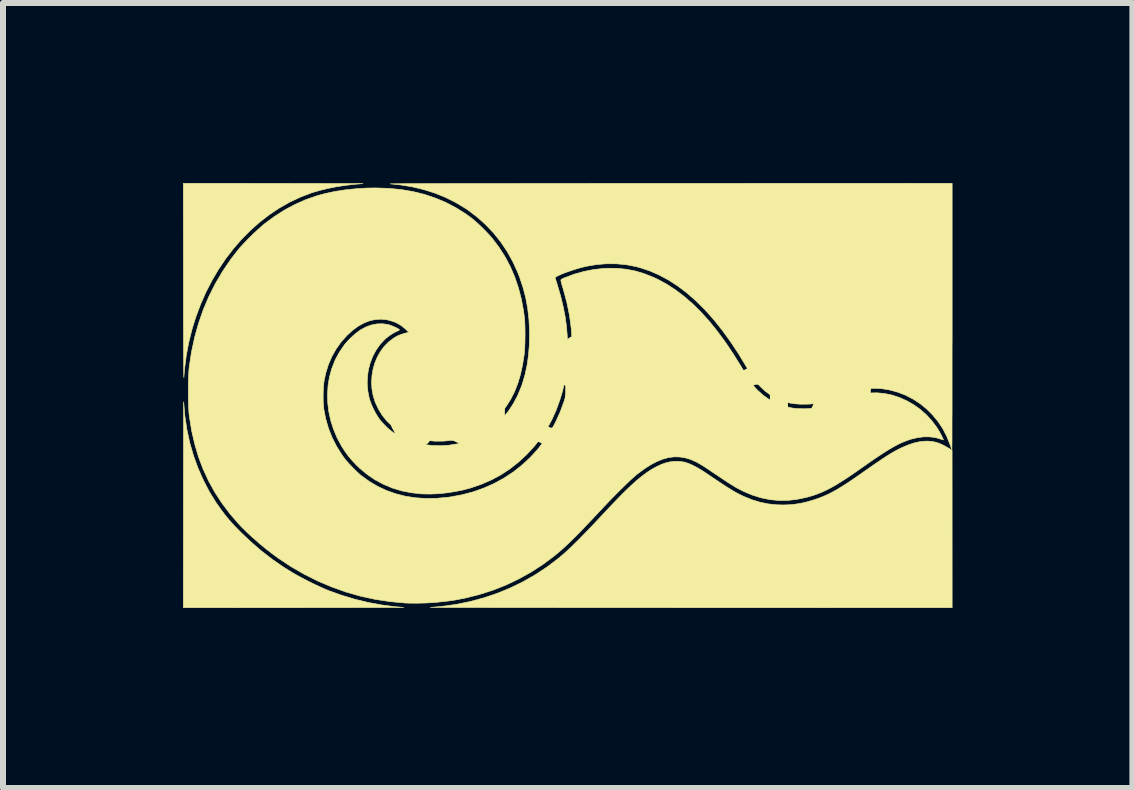
<source format=kicad_pcb>
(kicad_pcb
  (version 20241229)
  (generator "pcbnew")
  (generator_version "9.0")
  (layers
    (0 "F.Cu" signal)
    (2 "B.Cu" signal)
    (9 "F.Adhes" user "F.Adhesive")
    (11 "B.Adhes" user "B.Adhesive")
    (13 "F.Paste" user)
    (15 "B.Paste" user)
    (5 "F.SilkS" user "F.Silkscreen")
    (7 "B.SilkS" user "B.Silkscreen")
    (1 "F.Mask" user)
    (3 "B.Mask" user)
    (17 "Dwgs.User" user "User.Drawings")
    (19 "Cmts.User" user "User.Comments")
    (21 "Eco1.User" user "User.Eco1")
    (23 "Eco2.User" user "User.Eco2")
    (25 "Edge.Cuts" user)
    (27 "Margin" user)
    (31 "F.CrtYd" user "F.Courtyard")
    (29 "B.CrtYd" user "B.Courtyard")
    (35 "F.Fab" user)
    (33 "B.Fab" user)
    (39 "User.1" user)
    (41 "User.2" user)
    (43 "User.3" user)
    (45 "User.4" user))
  (footprint "hitodama"
    (layer "F.Cu")
    (at 6.411 3.537)
    (property "Reference" "hitodama" (at 0 0 0) (layer "F.SilkS") (effects (font (size 1.524 1.524) (thickness 0.3))))
    (attr through_hole)
    (fp_poly (pts (xy -4.888 -3.531) (xy -4.734 -3.531) (xy -4.586 -3.53) (xy -4.442 -3.53) (xy -4.306 -3.53) (xy -4.175 -3.53) (xy -4.053 -3.529) (xy -3.939 -3.529) (xy -3.834 -3.529) (xy -3.739 -3.529) (xy -3.655 -3.528) (xy -3.582 -3.528) (xy -3.521 -3.528) (xy -3.473 -3.528) (xy -3.438 -3.527) (xy -3.418 -3.527) (xy -3.413 -3.527) (xy -3.413 -3.527) (xy -3.562 -3.515) (xy -3.712 -3.497) (xy -3.861 -3.474) (xy -4.005 -3.445) (xy -4.14 -3.412) (xy -4.263 -3.376) (xy -4.274 -3.372) (xy -4.459 -3.301) (xy -4.639 -3.216) (xy -4.812 -3.117) (xy -4.979 -3.005) (xy -5.139 -2.881) (xy -5.292 -2.745) (xy -5.437 -2.598) (xy -5.574 -2.44) (xy -5.702 -2.273) (xy -5.82 -2.097) (xy -5.929 -1.912) (xy -6.029 -1.719) (xy -6.117 -1.519) (xy -6.195 -1.312) (xy -6.261 -1.1) (xy -6.315 -0.883) (xy -6.357 -0.661) (xy -6.386 -0.435) (xy -6.397 -0.298) (xy -6.397 -0.295) (xy -6.398 -0.307) (xy -6.399 -0.334) (xy -6.399 -0.376) (xy -6.4 -0.431) (xy -6.401 -0.498) (xy -6.401 -0.579) (xy -6.402 -0.671) (xy -6.402 -0.774) (xy -6.403 -0.888) (xy -6.403 -1.012) (xy -6.403 -1.146) (xy -6.404 -1.289) (xy -6.404 -1.44) (xy -6.404 -1.599) (xy -6.404 -1.765) (xy -6.404 -1.863) (xy -6.406 -3.532) (xy -4.888 -3.531)) (stroke (width 0.01) (type solid)) (fill yes) (layer "F.SilkS"))
    (fp_poly (pts (xy -6.4 0.111) (xy -6.381 0.342) (xy -6.347 0.569) (xy -6.299 0.79) (xy -6.237 1.006) (xy -6.161 1.215) (xy -6.072 1.416) (xy -5.971 1.61) (xy -5.856 1.795) (xy -5.778 1.905) (xy -5.729 1.97) (xy -5.683 2.029) (xy -5.638 2.083) (xy -5.591 2.136) (xy -5.539 2.191) (xy -5.479 2.252) (xy -5.446 2.286) (xy -5.276 2.447) (xy -5.105 2.594) (xy -4.928 2.731) (xy -4.743 2.859) (xy -4.598 2.95) (xy -4.538 2.985) (xy -4.467 3.024) (xy -4.388 3.066) (xy -4.306 3.108) (xy -4.222 3.149) (xy -4.141 3.187) (xy -4.066 3.221) (xy -4 3.249) (xy -3.981 3.257) (xy -3.768 3.333) (xy -3.548 3.399) (xy -3.326 3.453) (xy -3.102 3.494) (xy -2.882 3.523) (xy -2.731 3.535) (xy -2.734 3.535) (xy -2.753 3.535) (xy -2.787 3.535) (xy -2.834 3.536) (xy -2.895 3.536) (xy -2.968 3.536) (xy -3.053 3.536) (xy -3.149 3.537) (xy -3.255 3.537) (xy -3.372 3.537) (xy -3.497 3.537) (xy -3.631 3.538) (xy -3.773 3.538) (xy -3.922 3.538) (xy -4.077 3.538) (xy -4.239 3.538) (xy -4.405 3.539) (xy -4.546 3.539) (xy -6.406 3.54) (xy -6.404 1.804) (xy -6.404 1.64) (xy -6.404 1.48) (xy -6.404 1.326) (xy -6.403 1.177) (xy -6.403 1.036) (xy -6.403 0.902) (xy -6.403 0.775) (xy -6.403 0.658) (xy -6.402 0.55) (xy -6.402 0.452) (xy -6.402 0.365) (xy -6.402 0.29) (xy -6.401 0.227) (xy -6.401 0.177) (xy -6.401 0.14) (xy -6.401 0.118) (xy -6.4 0.111) (xy -6.4 0.111)) (stroke (width 0.01) (type solid)) (fill yes) (layer "F.SilkS"))
    (fp_poly (pts (xy 6.013 0.765) (xy 6.074 0.771) (xy 6.131 0.782) (xy 6.185 0.799) (xy 6.241 0.823) (xy 6.304 0.857) (xy 6.336 0.875) (xy 6.405 0.917) (xy 6.406 3.54) (xy 2.034 3.539) (xy 1.772 3.539) (xy 1.514 3.538) (xy 1.26 3.538) (xy 1.011 3.538) (xy 0.768 3.538) (xy 0.531 3.538) (xy 0.3 3.538) (xy 0.077 3.538) (xy -0.14 3.538) (xy -0.349 3.537) (xy -0.55 3.537) (xy -0.742 3.537) (xy -0.925 3.537) (xy -1.099 3.537) (xy -1.263 3.537) (xy -1.416 3.536) (xy -1.559 3.536) (xy -1.69 3.536) (xy -1.81 3.536) (xy -1.917 3.536) (xy -2.012 3.536) (xy -2.093 3.536) (xy -2.161 3.535) (xy -2.216 3.535) (xy -2.255 3.535) (xy -2.28 3.535) (xy -2.29 3.535) (xy -2.29 3.535) (xy -2.228 3.53) (xy -2.155 3.524) (xy -2.076 3.515) (xy -1.994 3.505) (xy -1.916 3.493) (xy -1.86 3.485) (xy -1.626 3.437) (xy -1.396 3.375) (xy -1.171 3.299) (xy -0.952 3.209) (xy -0.74 3.105) (xy -0.536 2.988) (xy -0.341 2.859) (xy -0.186 2.742) (xy -0.138 2.703) (xy -0.091 2.664) (xy -0.043 2.622) (xy 0.007 2.577) (xy 0.059 2.528) (xy 0.114 2.474) (xy 0.175 2.414) (xy 0.24 2.348) (xy 0.312 2.273) (xy 0.392 2.191) (xy 0.479 2.098) (xy 0.576 1.995) (xy 0.627 1.941) (xy 0.732 1.829) (xy 0.828 1.729) (xy 0.916 1.639) (xy 0.997 1.56) (xy 1.072 1.489) (xy 1.141 1.427) (xy 1.206 1.373) (xy 1.267 1.325) (xy 1.326 1.282) (xy 1.383 1.245) (xy 1.439 1.212) (xy 1.486 1.187) (xy 1.564 1.151) (xy 1.635 1.126) (xy 1.703 1.11) (xy 1.772 1.102) (xy 1.814 1.101) (xy 1.866 1.103) (xy 1.916 1.109) (xy 1.949 1.115) (xy 2.004 1.133) (xy 2.069 1.16) (xy 2.139 1.196) (xy 2.214 1.239) (xy 2.29 1.287) (xy 2.294 1.29) (xy 2.388 1.354) (xy 2.471 1.41) (xy 2.543 1.458) (xy 2.606 1.499) (xy 2.661 1.535) (xy 2.71 1.565) (xy 2.753 1.592) (xy 2.793 1.615) (xy 2.83 1.635) (xy 2.866 1.653) (xy 2.902 1.671) (xy 2.939 1.688) (xy 2.941 1.689) (xy 3.075 1.743) (xy 3.207 1.783) (xy 3.339 1.81) (xy 3.474 1.825) (xy 3.588 1.828) (xy 3.693 1.825) (xy 3.793 1.815) (xy 3.891 1.799) (xy 3.993 1.775) (xy 4.103 1.742) (xy 4.104 1.742) (xy 4.17 1.72) (xy 4.233 1.696) (xy 4.295 1.67) (xy 4.358 1.641) (xy 4.423 1.607) (xy 4.491 1.569) (xy 4.564 1.524) (xy 4.644 1.473) (xy 4.732 1.415) (xy 4.829 1.348) (xy 4.929 1.278) (xy 5.025 1.211) (xy 5.109 1.152) (xy 5.183 1.102) (xy 5.248 1.058) (xy 5.307 1.019) (xy 5.359 0.986) (xy 5.407 0.957) (xy 5.452 0.932) (xy 5.494 0.909) (xy 5.537 0.887) (xy 5.558 0.877) (xy 5.673 0.828) (xy 5.781 0.792) (xy 5.882 0.771) (xy 5.976 0.764) (xy 6.013 0.765)) (stroke (width 0.01) (type solid)) (fill yes) (layer "F.SilkS"))
    (fp_poly (pts (xy 6.406 -1.314) (xy 6.406 -1.127) (xy 6.406 -0.945) (xy 6.405 -0.767) (xy 6.405 -0.595) (xy 6.405 -0.429) (xy 6.405 -0.269) (xy 6.405 -0.117) (xy 6.405 0.027) (xy 6.405 0.162) (xy 6.405 0.288) (xy 6.404 0.405) (xy 6.404 0.511) (xy 6.404 0.605) (xy 6.404 0.688) (xy 6.404 0.759) (xy 6.403 0.816) (xy 6.403 0.86) (xy 6.403 0.889) (xy 6.403 0.903) (xy 6.402 0.905) (xy 6.399 0.898) (xy 6.391 0.879) (xy 6.381 0.85) (xy 6.369 0.816) (xy 6.369 0.816) (xy 6.315 0.681) (xy 6.249 0.554) (xy 6.17 0.436) (xy 6.081 0.328) (xy 5.982 0.229) (xy 5.874 0.141) (xy 5.758 0.065) (xy 5.635 0.001) (xy 5.505 -0.05) (xy 5.371 -0.087) (xy 5.233 -0.11) (xy 5.151 -0.116) (xy 5.047 -0.116) (xy 4.949 -0.105) (xy 4.851 -0.083) (xy 4.752 -0.049) (xy 4.693 -0.025) (xy 4.555 0.033) (xy 4.424 0.078) (xy 4.296 0.111) (xy 4.169 0.134) (xy 4.04 0.146) (xy 3.996 0.148) (xy 3.888 0.149) (xy 3.792 0.143) (xy 3.705 0.13) (xy 3.622 0.109) (xy 3.54 0.079) (xy 3.481 0.053) (xy 3.382 -0.002) (xy 3.292 -0.068) (xy 3.208 -0.146) (xy 3.203 -0.152) (xy 3.171 -0.186) (xy 3.142 -0.221) (xy 3.113 -0.258) (xy 3.084 -0.301) (xy 3.052 -0.351) (xy 3.016 -0.411) (xy 2.984 -0.464) (xy 2.849 -0.688) (xy 2.711 -0.896) (xy 2.571 -1.089) (xy 2.429 -1.266) (xy 2.285 -1.427) (xy 2.138 -1.573) (xy 1.989 -1.703) (xy 1.838 -1.818) (xy 1.684 -1.918) (xy 1.528 -2.002) (xy 1.369 -2.072) (xy 1.207 -2.126) (xy 1.139 -2.144) (xy 0.979 -2.175) (xy 0.814 -2.191) (xy 0.647 -2.192) (xy 0.478 -2.178) (xy 0.308 -2.149) (xy 0.296 -2.146) (xy 0.241 -2.133) (xy 0.183 -2.117) (xy 0.123 -2.099) (xy 0.062 -2.079) (xy 0.003 -2.059) (xy -0.052 -2.039) (xy -0.102 -2.019) (xy -0.145 -2) (xy -0.178 -1.984) (xy -0.201 -1.97) (xy -0.211 -1.959) (xy -0.211 -1.956) (xy -0.202 -1.93) (xy -0.189 -1.891) (xy -0.174 -1.844) (xy -0.159 -1.791) (xy -0.143 -1.737) (xy -0.128 -1.686) (xy -0.115 -1.639) (xy -0.111 -1.623) (xy -0.073 -1.462) (xy -0.043 -1.309) (xy -0.022 -1.157) (xy -0.009 -1.003) (xy -0.002 -0.857) (xy -0.002 -0.686) (xy -0.01 -0.525) (xy -0.026 -0.372) (xy -0.051 -0.223) (xy -0.085 -0.076) (xy -0.129 0.071) (xy -0.192 0.246) (xy -0.265 0.408) (xy -0.348 0.561) (xy -0.444 0.706) (xy -0.552 0.844) (xy -0.675 0.977) (xy -0.686 0.989) (xy -0.822 1.115) (xy -0.963 1.226) (xy -1.112 1.324) (xy -1.269 1.409) (xy -1.435 1.481) (xy -1.611 1.542) (xy -1.613 1.543) (xy -1.74 1.577) (xy -1.875 1.604) (xy -2.014 1.626) (xy -2.152 1.64) (xy -2.286 1.646) (xy -2.412 1.644) (xy -2.441 1.643) (xy -2.609 1.624) (xy -2.77 1.592) (xy -2.924 1.545) (xy -3.07 1.484) (xy -3.209 1.41) (xy -3.34 1.321) (xy -3.463 1.219) (xy -3.521 1.164) (xy -3.594 1.086) (xy -3.658 1.01) (xy -3.715 0.931) (xy -3.771 0.843) (xy -3.844 0.707) (xy -3.903 0.566) (xy -3.949 0.423) (xy -3.981 0.276) (xy -3.999 0.13) (xy -4.003 -0.017) (xy -3.994 -0.162) (xy -3.971 -0.303) (xy -3.933 -0.441) (xy -3.882 -0.573) (xy -3.87 -0.599) (xy -3.81 -0.71) (xy -3.74 -0.813) (xy -3.662 -0.909) (xy -3.577 -0.993) (xy -3.489 -1.065) (xy -3.45 -1.091) (xy -3.363 -1.138) (xy -3.273 -1.171) (xy -3.181 -1.189) (xy -3.089 -1.192) (xy -2.998 -1.18) (xy -2.995 -1.179) (xy -2.967 -1.171) (xy -2.934 -1.159) (xy -2.899 -1.144) (xy -2.865 -1.129) (xy -2.835 -1.114) (xy -2.814 -1.101) (xy -2.804 -1.091) (xy -2.804 -1.091) (xy -2.81 -1.084) (xy -2.826 -1.075) (xy -2.84 -1.069) (xy -2.878 -1.052) (xy -2.924 -1.025) (xy -2.971 -0.994) (xy -3.017 -0.959) (xy -3.054 -0.926) (xy -3.131 -0.843) (xy -3.196 -0.749) (xy -3.25 -0.647) (xy -3.292 -0.539) (xy -3.322 -0.425) (xy -3.338 -0.308) (xy -3.342 -0.19) (xy -3.332 -0.072) (xy -3.309 0.044) (xy -3.292 0.099) (xy -3.269 0.16) (xy -3.239 0.226) (xy -3.205 0.292) (xy -3.17 0.351) (xy -3.142 0.393) (xy -3.101 0.444) (xy -3.052 0.496) (xy -3 0.547) (xy -2.948 0.591) (xy -2.901 0.626) (xy -2.788 0.692) (xy -2.665 0.746) (xy -2.535 0.788) (xy -2.399 0.819) (xy -2.26 0.837) (xy -2.119 0.841) (xy -1.986 0.833) (xy -1.834 0.809) (xy -1.688 0.771) (xy -1.551 0.719) (xy -1.421 0.654) (xy -1.299 0.576) (xy -1.187 0.485) (xy -1.084 0.382) (xy -0.99 0.267) (xy -0.907 0.141) (xy -0.834 0.003) (xy -0.773 -0.145) (xy -0.759 -0.183) (xy -0.713 -0.337) (xy -0.678 -0.497) (xy -0.654 -0.664) (xy -0.64 -0.84) (xy -0.636 -1.026) (xy -0.637 -1.083) (xy -0.647 -1.272) (xy -0.668 -1.451) (xy -0.7 -1.625) (xy -0.744 -1.794) (xy -0.8 -1.962) (xy -0.834 -2.05) (xy -0.915 -2.226) (xy -1.008 -2.394) (xy -1.114 -2.552) (xy -1.232 -2.7) (xy -1.362 -2.838) (xy -1.503 -2.965) (xy -1.654 -3.081) (xy -1.707 -3.116) (xy -1.87 -3.214) (xy -2.042 -3.3) (xy -2.223 -3.372) (xy -2.412 -3.431) (xy -2.609 -3.477) (xy -2.813 -3.509) (xy -2.957 -3.523) (xy -2.954 -3.524) (xy -2.936 -3.524) (xy -2.903 -3.524) (xy -2.855 -3.525) (xy -2.793 -3.525) (xy -2.717 -3.526) (xy -2.627 -3.526) (xy -2.525 -3.526) (xy -2.41 -3.527) (xy -2.283 -3.527) (xy -2.144 -3.527) (xy -1.994 -3.528) (xy -1.833 -3.528) (xy -1.661 -3.528) (xy -1.48 -3.529) (xy -1.288 -3.529) (xy -1.088 -3.529) (xy -0.878 -3.529) (xy -0.66 -3.53) (xy -0.434 -3.53) (xy -0.2 -3.53) (xy 0.041 -3.53) (xy 0.289 -3.53) (xy 0.543 -3.531) (xy 0.803 -3.531) (xy 1.069 -3.531) (xy 1.34 -3.531) (xy 1.616 -3.531) (xy 1.681 -3.531) (xy 6.406 -3.532) (xy 6.406 -1.314)) (stroke (width 0.01) (type solid)) (fill yes) (layer "F.SilkS"))
    (fp_poly (pts (xy -2.983 -3.448) (xy -2.776 -3.428) (xy -2.577 -3.394) (xy -2.385 -3.347) (xy -2.202 -3.285) (xy -2.026 -3.211) (xy -1.858 -3.122) (xy -1.696 -3.02) (xy -1.595 -2.946) (xy -1.551 -2.909) (xy -1.499 -2.863) (xy -1.444 -2.811) (xy -1.388 -2.756) (xy -1.335 -2.701) (xy -1.288 -2.65) (xy -1.258 -2.615) (xy -1.145 -2.465) (xy -1.044 -2.308) (xy -0.957 -2.143) (xy -0.882 -1.969) (xy -0.821 -1.787) (xy -0.771 -1.596) (xy -0.735 -1.396) (xy -0.721 -1.29) (xy -0.717 -1.24) (xy -0.714 -1.178) (xy -0.712 -1.108) (xy -0.711 -1.031) (xy -0.712 -0.953) (xy -0.713 -0.876) (xy -0.716 -0.804) (xy -0.72 -0.74) (xy -0.725 -0.687) (xy -0.725 -0.683) (xy -0.752 -0.51) (xy -0.787 -0.349) (xy -0.831 -0.201) (xy -0.885 -0.063) (xy -0.949 0.064) (xy -1.023 0.182) (xy -1.107 0.291) (xy -1.186 0.377) (xy -1.258 0.445) (xy -1.325 0.502) (xy -1.394 0.551) (xy -1.468 0.595) (xy -1.523 0.623) (xy -1.652 0.679) (xy -1.787 0.722) (xy -1.927 0.75) (xy -2.068 0.764) (xy -2.211 0.765) (xy -2.352 0.751) (xy -2.491 0.724) (xy -2.626 0.682) (xy -2.718 0.644) (xy -2.825 0.586) (xy -2.923 0.515) (xy -3.011 0.433) (xy -3.087 0.339) (xy -3.152 0.235) (xy -3.205 0.122) (xy -3.212 0.105) (xy -3.244 -0.000231) (xy -3.263 -0.109) (xy -3.269 -0.218) (xy -3.262 -0.328) (xy -3.244 -0.435) (xy -3.214 -0.539) (xy -3.173 -0.637) (xy -3.121 -0.729) (xy -3.06 -0.812) (xy -2.988 -0.886) (xy -2.908 -0.947) (xy -2.906 -0.948) (xy -2.861 -0.976) (xy -2.82 -0.997) (xy -2.776 -1.014) (xy -2.724 -1.03) (xy -2.714 -1.033) (xy -2.648 -1.05) (xy -2.704 -1.104) (xy -2.778 -1.164) (xy -2.859 -1.21) (xy -2.919 -1.233) (xy -3.016 -1.259) (xy -3.113 -1.268) (xy -3.21 -1.262) (xy -3.306 -1.24) (xy -3.401 -1.202) (xy -3.496 -1.149) (xy -3.589 -1.08) (xy -3.679 -0.997) (xy -3.777 -0.888) (xy -3.861 -0.769) (xy -3.932 -0.642) (xy -3.99 -0.507) (xy -4.034 -0.364) (xy -4.061 -0.234) (xy -4.067 -0.182) (xy -4.072 -0.119) (xy -4.075 -0.049) (xy -4.076 0.025) (xy -4.075 0.097) (xy -4.071 0.163) (xy -4.066 0.219) (xy -4.065 0.23) (xy -4.034 0.389) (xy -3.989 0.546) (xy -3.929 0.699) (xy -3.855 0.846) (xy -3.768 0.985) (xy -3.726 1.045) (xy -3.693 1.086) (xy -3.651 1.134) (xy -3.604 1.184) (xy -3.555 1.234) (xy -3.507 1.281) (xy -3.464 1.32) (xy -3.446 1.335) (xy -3.311 1.433) (xy -3.17 1.517) (xy -3.023 1.586) (xy -2.868 1.641) (xy -2.707 1.682) (xy -2.54 1.708) (xy -2.366 1.72) (xy -2.185 1.717) (xy -1.998 1.7) (xy -1.953 1.694) (xy -1.76 1.658) (xy -1.574 1.609) (xy -1.395 1.545) (xy -1.224 1.469) (xy -1.06 1.379) (xy -0.905 1.277) (xy -0.76 1.162) (xy -0.624 1.036) (xy -0.498 0.898) (xy -0.384 0.75) (xy -0.28 0.591) (xy -0.205 0.453) (xy -0.125 0.277) (xy -0.058 0.093) (xy -0.004 -0.097) (xy 0.036 -0.293) (xy 0.062 -0.494) (xy 0.075 -0.699) (xy 0.073 -0.907) (xy 0.058 -1.118) (xy 0.03 -1.329) (xy -0.013 -1.541) (xy -0.07 -1.753) (xy -0.076 -1.774) (xy -0.089 -1.816) (xy -0.1 -1.855) (xy -0.108 -1.886) (xy -0.113 -1.906) (xy -0.114 -1.912) (xy -0.113 -1.923) (xy -0.105 -1.932) (xy -0.088 -1.942) (xy -0.06 -1.955) (xy 0.102 -2.016) (xy 0.268 -2.063) (xy 0.436 -2.096) (xy 0.603 -2.114) (xy 0.663 -2.117) (xy 0.823 -2.115) (xy 0.978 -2.1) (xy 1.13 -2.07) (xy 1.279 -2.025) (xy 1.429 -1.965) (xy 1.507 -1.929) (xy 1.653 -1.849) (xy 1.797 -1.755) (xy 1.938 -1.648) (xy 2.077 -1.528) (xy 2.214 -1.393) (xy 2.35 -1.244) (xy 2.483 -1.08) (xy 2.616 -0.901) (xy 2.747 -0.707) (xy 2.878 -0.498) (xy 2.929 -0.413) (xy 2.973 -0.339) (xy 3.011 -0.277) (xy 3.046 -0.224) (xy 3.08 -0.179) (xy 3.113 -0.138) (xy 3.148 -0.1) (xy 3.161 -0.086) (xy 3.256 -0.001) (xy 3.358 0.071) (xy 3.468 0.129) (xy 3.588 0.175) (xy 3.716 0.207) (xy 3.717 0.208) (xy 3.757 0.215) (xy 3.795 0.22) (xy 3.835 0.223) (xy 3.882 0.224) (xy 3.94 0.225) (xy 3.945 0.225) (xy 4.069 0.22) (xy 4.191 0.207) (xy 4.313 0.184) (xy 4.437 0.151) (xy 4.567 0.107) (xy 4.704 0.052) (xy 4.717 0.047) (xy 4.79 0.017) (xy 4.854 -0.006) (xy 4.914 -0.022) (xy 4.973 -0.033) (xy 5.024 -0.038) (xy 5.153 -0.041) (xy 5.281 -0.029) (xy 5.408 -0.002) (xy 5.532 0.039) (xy 5.652 0.093) (xy 5.767 0.159) (xy 5.876 0.237) (xy 5.977 0.326) (xy 6.068 0.426) (xy 6.15 0.535) (xy 6.175 0.575) (xy 6.192 0.604) (xy 6.21 0.636) (xy 6.227 0.669) (xy 6.242 0.699) (xy 6.253 0.723) (xy 6.26 0.739) (xy 6.26 0.743) (xy 6.252 0.742) (xy 6.234 0.736) (xy 6.218 0.731) (xy 6.13 0.705) (xy 6.035 0.693) (xy 5.934 0.692) (xy 5.831 0.705) (xy 5.726 0.73) (xy 5.66 0.752) (xy 5.611 0.771) (xy 5.562 0.791) (xy 5.513 0.814) (xy 5.462 0.841) (xy 5.408 0.871) (xy 5.35 0.905) (xy 5.286 0.945) (xy 5.215 0.991) (xy 5.137 1.043) (xy 5.049 1.103) (xy 4.951 1.172) (xy 4.858 1.237) (xy 4.745 1.316) (xy 4.643 1.385) (xy 4.549 1.445) (xy 4.463 1.498) (xy 4.382 1.543) (xy 4.306 1.582) (xy 4.232 1.616) (xy 4.159 1.645) (xy 4.085 1.671) (xy 4.009 1.693) (xy 3.971 1.703) (xy 3.817 1.735) (xy 3.666 1.752) (xy 3.518 1.753) (xy 3.37 1.739) (xy 3.224 1.709) (xy 3.079 1.664) (xy 2.933 1.603) (xy 2.825 1.548) (xy 2.794 1.53) (xy 2.755 1.506) (xy 2.708 1.477) (xy 2.652 1.441) (xy 2.587 1.398) (xy 2.511 1.347) (xy 2.423 1.288) (xy 2.353 1.241) (xy 2.307 1.21) (xy 2.259 1.179) (xy 2.212 1.151) (xy 2.171 1.127) (xy 2.147 1.113) (xy 2.053 1.071) (xy 1.96 1.043) (xy 1.867 1.028) (xy 1.774 1.026) (xy 1.679 1.038) (xy 1.583 1.064) (xy 1.484 1.105) (xy 1.381 1.159) (xy 1.274 1.228) (xy 1.162 1.311) (xy 1.13 1.338) (xy 1.094 1.369) (xy 1.048 1.41) (xy 0.995 1.461) (xy 0.935 1.519) (xy 0.87 1.583) (xy 0.801 1.652) (xy 0.729 1.725) (xy 0.656 1.801) (xy 0.584 1.877) (xy 0.539 1.925) (xy 0.438 2.033) (xy 0.346 2.13) (xy 0.262 2.218) (xy 0.187 2.296) (xy 0.118 2.366) (xy 0.054 2.428) (xy -0.004 2.484) (xy -0.058 2.535) (xy -0.11 2.581) (xy -0.16 2.624) (xy -0.208 2.664) (xy -0.216 2.671) (xy -0.407 2.814) (xy -0.605 2.943) (xy -0.811 3.058) (xy -1.024 3.16) (xy -1.245 3.247) (xy -1.471 3.32) (xy -1.703 3.378) (xy -1.881 3.413) (xy -2.032 3.434) (xy -2.189 3.45) (xy -2.348 3.461) (xy -2.503 3.465) (xy -2.651 3.464) (xy -2.715 3.461) (xy -2.965 3.438) (xy -3.212 3.4) (xy -3.457 3.347) (xy -3.697 3.278) (xy -3.933 3.194) (xy -4.164 3.096) (xy -4.39 2.983) (xy -4.61 2.856) (xy -4.824 2.714) (xy -4.917 2.646) (xy -5.027 2.561) (xy -5.136 2.471) (xy -5.242 2.378) (xy -5.343 2.286) (xy -5.434 2.196) (xy -5.484 2.143) (xy -5.63 1.974) (xy -5.762 1.798) (xy -5.881 1.616) (xy -5.985 1.427) (xy -6.076 1.23) (xy -6.153 1.026) (xy -6.216 0.813) (xy -6.267 0.592) (xy -6.304 0.362) (xy -6.308 0.333) (xy -6.313 0.281) (xy -6.317 0.215) (xy -6.32 0.139) (xy -6.322 0.056) (xy -6.323 -0.031) (xy -6.323 -0.119) (xy -6.322 -0.206) (xy -6.32 -0.288) (xy -6.316 -0.362) (xy -6.312 -0.426) (xy -6.308 -0.468) (xy -6.27 -0.72) (xy -6.218 -0.963) (xy -6.152 -1.199) (xy -6.073 -1.427) (xy -5.979 -1.648) (xy -5.872 -1.861) (xy -5.75 -2.067) (xy -5.615 -2.266) (xy -5.482 -2.437) (xy -5.445 -2.479) (xy -5.399 -2.529) (xy -5.346 -2.584) (xy -5.289 -2.642) (xy -5.23 -2.699) (xy -5.172 -2.753) (xy -5.117 -2.802) (xy -5.07 -2.843) (xy -5.053 -2.857) (xy -4.887 -2.98) (xy -4.717 -3.088) (xy -4.543 -3.181) (xy -4.364 -3.26) (xy -4.18 -3.324) (xy -4.178 -3.325) (xy -4.03 -3.365) (xy -3.87 -3.398) (xy -3.701 -3.424) (xy -3.525 -3.442) (xy -3.345 -3.453) (xy -3.199 -3.455) (xy -2.983 -3.448)) (stroke (width 0.01) (type solid)) (fill yes) (layer "F.SilkS")))
  (gr_rect
    (start -3 -3)
    (end 15.821 10.082)
    (stroke (width 0.1) (type default))
    (fill no)
    (layer "Edge.Cuts")))
</source>
